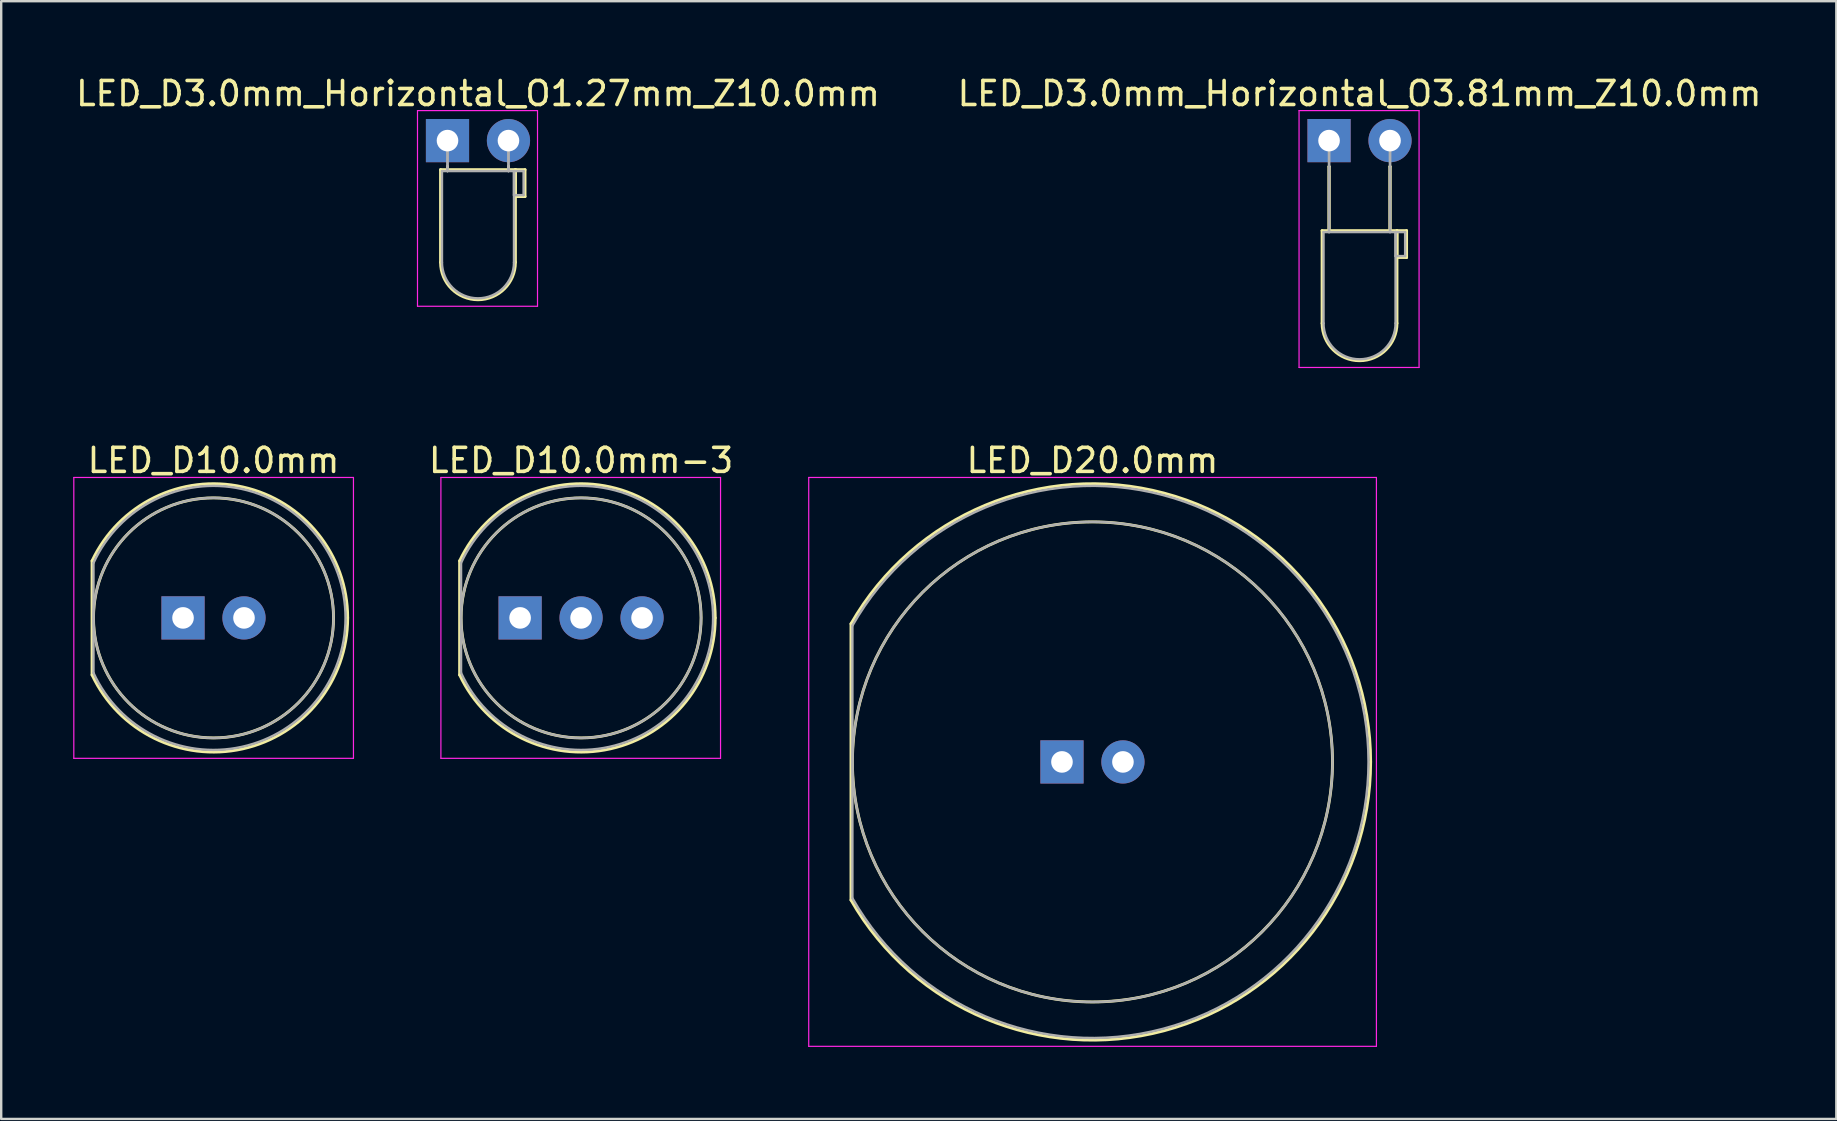
<source format=kicad_pcb>
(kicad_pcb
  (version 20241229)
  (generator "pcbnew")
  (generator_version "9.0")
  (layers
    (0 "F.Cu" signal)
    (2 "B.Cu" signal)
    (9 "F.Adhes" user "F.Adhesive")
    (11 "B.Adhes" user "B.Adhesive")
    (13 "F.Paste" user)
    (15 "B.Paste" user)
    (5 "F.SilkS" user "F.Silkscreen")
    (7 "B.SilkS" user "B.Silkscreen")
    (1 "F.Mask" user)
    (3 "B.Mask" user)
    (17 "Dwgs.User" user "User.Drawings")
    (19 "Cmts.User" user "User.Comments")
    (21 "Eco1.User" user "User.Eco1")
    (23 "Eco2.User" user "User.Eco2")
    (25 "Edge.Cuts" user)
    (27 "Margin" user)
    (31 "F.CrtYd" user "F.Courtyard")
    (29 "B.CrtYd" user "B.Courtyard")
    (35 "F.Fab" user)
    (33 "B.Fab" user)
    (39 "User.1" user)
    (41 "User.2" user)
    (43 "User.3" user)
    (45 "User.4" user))
  (footprint "LED_D10.0mm-3"
    (layer "F.Cu")
    (at 18.618 22.692)
    (property "Reference" "LED_D10.0mm-3" (at 2.54 -6.56 0) (layer "F.SilkS") (effects (font (size 1 1) (thickness 0.15))))
    (attr through_hole)
    (fp_line (start -2.52 -2.376) (end -2.52 2.376) (stroke (width 0.12) (type solid)) (layer "F.SilkS"))
    (fp_arc (start -2.52 -2.375816) (mid 3.754794 -5.456407) (end 8.129998 -0.004741) (stroke (width 0.12) (type solid)) (layer "F.SilkS"))
    (fp_arc (start 8.129998 0.004741) (mid 3.754794 5.456407) (end -2.52 2.375816) (stroke (width 0.12) (type solid)) (layer "F.SilkS"))
    (fp_circle (center 2.54 0) (end 7.54 0) (stroke (width 0.12) (type solid)) (fill no) (layer "F.SilkS"))
    (fp_line (start -3.3 -5.85) (end -3.3 5.85) (stroke (width 0.05) (type solid)) (layer "F.CrtYd"))
    (fp_line (start -3.3 5.85) (end 8.35 5.85) (stroke (width 0.05) (type solid)) (layer "F.CrtYd"))
    (fp_line (start 8.35 -5.85) (end -3.3 -5.85) (stroke (width 0.05) (type solid)) (layer "F.CrtYd"))
    (fp_line (start 8.35 5.85) (end 8.35 -5.85) (stroke (width 0.05) (type solid)) (layer "F.CrtYd"))
    (fp_line (start -2.46 -2.291) (end -2.46 2.291) (stroke (width 0.1) (type solid)) (layer "F.Fab"))
    (fp_arc (start -2.46 -2.291288) (mid 8.04 0.001918) (end -2.461597 2.2878) (stroke (width 0.1) (type solid)) (layer "F.Fab"))
    (fp_circle (center 2.54 0) (end 7.54 0) (stroke (width 0.1) (type solid)) (fill no) (layer "F.Fab"))
    (pad "1" thru_hole rect (at 0 0) (size 1.8 1.8) (drill 0.9) (layers "*.Cu" "*.Mask"))
    (pad "2" thru_hole circle (at 2.54 0) (size 1.8 1.8) (drill 0.9) (layers "*.Cu" "*.Mask"))
    (pad "3" thru_hole circle (at 5.08 0) (size 1.8 1.8) (drill 0.9) (layers "*.Cu" "*.Mask")))
  (footprint "LED_D3.0mm_Horizontal_O1.27mm_Z10.0mm"
    (layer "F.Cu")
    (at 15.593 2.808)
    (property "Reference" "LED_D3.0mm_Horizontal_O1.27mm_Z10.0mm" (at 1.27 -1.96 0) (layer "F.SilkS") (effects (font (size 1 1) (thickness 0.15))))
    (attr through_hole)
    (fp_line (start -0.29 1.21) (end -0.29 5.07) (stroke (width 0.12) (type solid)) (layer "F.SilkS"))
    (fp_line (start -0.29 1.21) (end 2.83 1.21) (stroke (width 0.12) (type solid)) (layer "F.SilkS"))
    (fp_line (start 0 1.08) (end 0 1.08) (stroke (width 0.12) (type solid)) (layer "F.SilkS"))
    (fp_line (start 0 1.08) (end 0 1.21) (stroke (width 0.12) (type solid)) (layer "F.SilkS"))
    (fp_line (start 0 1.21) (end 0 1.08) (stroke (width 0.12) (type solid)) (layer "F.SilkS"))
    (fp_line (start 0 1.21) (end 0 1.21) (stroke (width 0.12) (type solid)) (layer "F.SilkS"))
    (fp_line (start 2.54 1.08) (end 2.54 1.08) (stroke (width 0.12) (type solid)) (layer "F.SilkS"))
    (fp_line (start 2.54 1.08) (end 2.54 1.21) (stroke (width 0.12) (type solid)) (layer "F.SilkS"))
    (fp_line (start 2.54 1.21) (end 2.54 1.08) (stroke (width 0.12) (type solid)) (layer "F.SilkS"))
    (fp_line (start 2.54 1.21) (end 2.54 1.21) (stroke (width 0.12) (type solid)) (layer "F.SilkS"))
    (fp_line (start 2.83 1.21) (end 2.83 5.07) (stroke (width 0.12) (type solid)) (layer "F.SilkS"))
    (fp_line (start 2.83 1.21) (end 3.23 1.21) (stroke (width 0.12) (type solid)) (layer "F.SilkS"))
    (fp_line (start 2.83 2.33) (end 2.83 1.21) (stroke (width 0.12) (type solid)) (layer "F.SilkS"))
    (fp_line (start 3.23 1.21) (end 3.23 2.33) (stroke (width 0.12) (type solid)) (layer "F.SilkS"))
    (fp_line (start 3.23 2.33) (end 2.83 2.33) (stroke (width 0.12) (type solid)) (layer "F.SilkS"))
    (fp_arc (start 2.83 5.07) (mid 1.27 6.63) (end -0.29 5.07) (stroke (width 0.12) (type solid)) (layer "F.SilkS"))
    (fp_line (start -1.25 -1.25) (end -1.25 6.9) (stroke (width 0.05) (type solid)) (layer "F.CrtYd"))
    (fp_line (start -1.25 6.9) (end 3.75 6.9) (stroke (width 0.05) (type solid)) (layer "F.CrtYd"))
    (fp_line (start 3.75 -1.25) (end -1.25 -1.25) (stroke (width 0.05) (type solid)) (layer "F.CrtYd"))
    (fp_line (start 3.75 6.9) (end 3.75 -1.25) (stroke (width 0.05) (type solid)) (layer "F.CrtYd"))
    (fp_line (start -0.23 1.27) (end -0.23 5.07) (stroke (width 0.1) (type solid)) (layer "F.Fab"))
    (fp_line (start -0.23 1.27) (end 2.77 1.27) (stroke (width 0.1) (type solid)) (layer "F.Fab"))
    (fp_line (start 0 0) (end 0 0) (stroke (width 0.1) (type solid)) (layer "F.Fab"))
    (fp_line (start 0 0) (end 0 1.27) (stroke (width 0.1) (type solid)) (layer "F.Fab"))
    (fp_line (start 0 1.27) (end 0 0) (stroke (width 0.1) (type solid)) (layer "F.Fab"))
    (fp_line (start 0 1.27) (end 0 1.27) (stroke (width 0.1) (type solid)) (layer "F.Fab"))
    (fp_line (start 2.54 0) (end 2.54 0) (stroke (width 0.1) (type solid)) (layer "F.Fab"))
    (fp_line (start 2.54 0) (end 2.54 1.27) (stroke (width 0.1) (type solid)) (layer "F.Fab"))
    (fp_line (start 2.54 1.27) (end 2.54 0) (stroke (width 0.1) (type solid)) (layer "F.Fab"))
    (fp_line (start 2.54 1.27) (end 2.54 1.27) (stroke (width 0.1) (type solid)) (layer "F.Fab"))
    (fp_line (start 2.77 1.27) (end 2.77 5.07) (stroke (width 0.1) (type solid)) (layer "F.Fab"))
    (fp_line (start 2.77 1.27) (end 3.17 1.27) (stroke (width 0.1) (type solid)) (layer "F.Fab"))
    (fp_line (start 2.77 2.27) (end 2.77 1.27) (stroke (width 0.1) (type solid)) (layer "F.Fab"))
    (fp_line (start 3.17 1.27) (end 3.17 2.27) (stroke (width 0.1) (type solid)) (layer "F.Fab"))
    (fp_line (start 3.17 2.27) (end 2.77 2.27) (stroke (width 0.1) (type solid)) (layer "F.Fab"))
    (fp_arc (start 2.77 5.07) (mid 1.27 6.57) (end -0.23 5.07) (stroke (width 0.1) (type solid)) (layer "F.Fab"))
    (pad "1" thru_hole rect (at 0 0) (size 1.8 1.8) (drill 0.9) (layers "*.Cu" "*.Mask"))
    (pad "2" thru_hole circle (at 2.54 0) (size 1.8 1.8) (drill 0.9) (layers "*.Cu" "*.Mask")))
  (footprint "LED_D10.0mm"
    (layer "F.Cu")
    (at 4.575 22.692)
    (property "Reference" "LED_D10.0mm" (at 1.27 -6.56 0) (layer "F.SilkS") (effects (font (size 1 1) (thickness 0.15))))
    (attr through_hole)
    (fp_line (start -3.79 -2.376) (end -3.79 2.376) (stroke (width 0.12) (type solid)) (layer "F.SilkS"))
    (fp_arc (start -3.79 -2.375816) (mid 2.484794 -5.456407) (end 6.859998 -0.004741) (stroke (width 0.12) (type solid)) (layer "F.SilkS"))
    (fp_arc (start 6.859998 0.004741) (mid 2.484794 5.456407) (end -3.79 2.375816) (stroke (width 0.12) (type solid)) (layer "F.SilkS"))
    (fp_circle (center 1.27 0) (end 6.27 0) (stroke (width 0.12) (type solid)) (fill no) (layer "F.SilkS"))
    (fp_line (start -4.55 -5.85) (end -4.55 5.85) (stroke (width 0.05) (type solid)) (layer "F.CrtYd"))
    (fp_line (start -4.55 5.85) (end 7.1 5.85) (stroke (width 0.05) (type solid)) (layer "F.CrtYd"))
    (fp_line (start 7.1 -5.85) (end -4.55 -5.85) (stroke (width 0.05) (type solid)) (layer "F.CrtYd"))
    (fp_line (start 7.1 5.85) (end 7.1 -5.85) (stroke (width 0.05) (type solid)) (layer "F.CrtYd"))
    (fp_line (start -3.73 -2.291) (end -3.73 2.291) (stroke (width 0.1) (type solid)) (layer "F.Fab"))
    (fp_arc (start -3.73 -2.291288) (mid 6.77 0.001918) (end -3.731597 2.2878) (stroke (width 0.1) (type solid)) (layer "F.Fab"))
    (fp_circle (center 1.27 0) (end 6.27 0) (stroke (width 0.1) (type solid)) (fill no) (layer "F.Fab"))
    (pad "1" thru_hole rect (at 0 0) (size 1.8 1.8) (drill 0.9) (layers "*.Cu" "*.Mask"))
    (pad "2" thru_hole circle (at 2.54 0) (size 1.8 1.8) (drill 0.9) (layers "*.Cu" "*.Mask")))
  (footprint "LED_D3.0mm_Horizontal_O3.81mm_Z10.0mm"
    (layer "F.Cu")
    (at 52.319 2.808)
    (property "Reference" "LED_D3.0mm_Horizontal_O3.81mm_Z10.0mm" (at 1.27 -1.96 0) (layer "F.SilkS") (effects (font (size 1 1) (thickness 0.15))))
    (attr through_hole)
    (fp_line (start -0.29 3.75) (end -0.29 7.61) (stroke (width 0.12) (type solid)) (layer "F.SilkS"))
    (fp_line (start -0.29 3.75) (end 2.83 3.75) (stroke (width 0.12) (type solid)) (layer "F.SilkS"))
    (fp_line (start 0 1.08) (end 0 1.08) (stroke (width 0.12) (type solid)) (layer "F.SilkS"))
    (fp_line (start 0 1.08) (end 0 3.75) (stroke (width 0.12) (type solid)) (layer "F.SilkS"))
    (fp_line (start 0 3.75) (end 0 1.08) (stroke (width 0.12) (type solid)) (layer "F.SilkS"))
    (fp_line (start 0 3.75) (end 0 3.75) (stroke (width 0.12) (type solid)) (layer "F.SilkS"))
    (fp_line (start 2.54 1.08) (end 2.54 1.08) (stroke (width 0.12) (type solid)) (layer "F.SilkS"))
    (fp_line (start 2.54 1.08) (end 2.54 3.75) (stroke (width 0.12) (type solid)) (layer "F.SilkS"))
    (fp_line (start 2.54 3.75) (end 2.54 1.08) (stroke (width 0.12) (type solid)) (layer "F.SilkS"))
    (fp_line (start 2.54 3.75) (end 2.54 3.75) (stroke (width 0.12) (type solid)) (layer "F.SilkS"))
    (fp_line (start 2.83 3.75) (end 2.83 7.61) (stroke (width 0.12) (type solid)) (layer "F.SilkS"))
    (fp_line (start 2.83 3.75) (end 3.23 3.75) (stroke (width 0.12) (type solid)) (layer "F.SilkS"))
    (fp_line (start 2.83 4.87) (end 2.83 3.75) (stroke (width 0.12) (type solid)) (layer "F.SilkS"))
    (fp_line (start 3.23 3.75) (end 3.23 4.87) (stroke (width 0.12) (type solid)) (layer "F.SilkS"))
    (fp_line (start 3.23 4.87) (end 2.83 4.87) (stroke (width 0.12) (type solid)) (layer "F.SilkS"))
    (fp_arc (start 2.83 7.61) (mid 1.27 9.17) (end -0.29 7.61) (stroke (width 0.12) (type solid)) (layer "F.SilkS"))
    (fp_line (start -1.25 -1.25) (end -1.25 9.45) (stroke (width 0.05) (type solid)) (layer "F.CrtYd"))
    (fp_line (start -1.25 9.45) (end 3.75 9.45) (stroke (width 0.05) (type solid)) (layer "F.CrtYd"))
    (fp_line (start 3.75 -1.25) (end -1.25 -1.25) (stroke (width 0.05) (type solid)) (layer "F.CrtYd"))
    (fp_line (start 3.75 9.45) (end 3.75 -1.25) (stroke (width 0.05) (type solid)) (layer "F.CrtYd"))
    (fp_line (start -0.23 3.81) (end -0.23 7.61) (stroke (width 0.1) (type solid)) (layer "F.Fab"))
    (fp_line (start -0.23 3.81) (end 2.77 3.81) (stroke (width 0.1) (type solid)) (layer "F.Fab"))
    (fp_line (start 0 0) (end 0 0) (stroke (width 0.1) (type solid)) (layer "F.Fab"))
    (fp_line (start 0 0) (end 0 3.81) (stroke (width 0.1) (type solid)) (layer "F.Fab"))
    (fp_line (start 0 3.81) (end 0 0) (stroke (width 0.1) (type solid)) (layer "F.Fab"))
    (fp_line (start 0 3.81) (end 0 3.81) (stroke (width 0.1) (type solid)) (layer "F.Fab"))
    (fp_line (start 2.54 0) (end 2.54 0) (stroke (width 0.1) (type solid)) (layer "F.Fab"))
    (fp_line (start 2.54 0) (end 2.54 3.81) (stroke (width 0.1) (type solid)) (layer "F.Fab"))
    (fp_line (start 2.54 3.81) (end 2.54 0) (stroke (width 0.1) (type solid)) (layer "F.Fab"))
    (fp_line (start 2.54 3.81) (end 2.54 3.81) (stroke (width 0.1) (type solid)) (layer "F.Fab"))
    (fp_line (start 2.77 3.81) (end 2.77 7.61) (stroke (width 0.1) (type solid)) (layer "F.Fab"))
    (fp_line (start 2.77 3.81) (end 3.17 3.81) (stroke (width 0.1) (type solid)) (layer "F.Fab"))
    (fp_line (start 2.77 4.81) (end 2.77 3.81) (stroke (width 0.1) (type solid)) (layer "F.Fab"))
    (fp_line (start 3.17 3.81) (end 3.17 4.81) (stroke (width 0.1) (type solid)) (layer "F.Fab"))
    (fp_line (start 3.17 4.81) (end 2.77 4.81) (stroke (width 0.1) (type solid)) (layer "F.Fab"))
    (fp_arc (start 2.77 7.61) (mid 1.27 9.11) (end -0.23 7.61) (stroke (width 0.1) (type solid)) (layer "F.Fab"))
    (pad "1" thru_hole rect (at 0 0) (size 1.8 1.8) (drill 0.9) (layers "*.Cu" "*.Mask"))
    (pad "2" thru_hole circle (at 2.54 0) (size 1.8 1.8) (drill 0.9) (layers "*.Cu" "*.Mask")))
  (footprint "LED_D20.0mm"
    (layer "F.Cu")
    (at 41.192 28.692)
    (property "Reference" "LED_D20.0mm" (at 1.27 -12.56 0) (layer "F.SilkS") (effects (font (size 1 1) (thickness 0.15))))
    (attr through_hole)
    (fp_line (start -8.79 -5.756) (end -8.79 5.756) (stroke (width 0.12) (type solid)) (layer "F.SilkS"))
    (fp_arc (start -8.79 -5.755389) (mid 4.245115 -11.201643) (end 12.859999 -0.00523) (stroke (width 0.12) (type solid)) (layer "F.SilkS"))
    (fp_arc (start 12.859999 0.00523) (mid 4.245115 11.201643) (end -8.79 5.755389) (stroke (width 0.12) (type solid)) (layer "F.SilkS"))
    (fp_circle (center 1.27 0) (end 11.27 0) (stroke (width 0.12) (type solid)) (fill no) (layer "F.SilkS"))
    (fp_line (start -10.55 -11.85) (end -10.55 11.85) (stroke (width 0.05) (type solid)) (layer "F.CrtYd"))
    (fp_line (start -10.55 11.85) (end 13.1 11.85) (stroke (width 0.05) (type solid)) (layer "F.CrtYd"))
    (fp_line (start 13.1 -11.85) (end -10.55 -11.85) (stroke (width 0.05) (type solid)) (layer "F.CrtYd"))
    (fp_line (start 13.1 11.85) (end 13.1 -11.85) (stroke (width 0.05) (type solid)) (layer "F.CrtYd"))
    (fp_line (start -8.73 -5.679) (end -8.73 5.679) (stroke (width 0.1) (type solid)) (layer "F.Fab"))
    (fp_arc (start -8.73 -5.678908) (mid 12.77 -0.001637) (end -8.728383 5.681755) (stroke (width 0.1) (type solid)) (layer "F.Fab"))
    (fp_circle (center 1.27 0) (end 11.27 0) (stroke (width 0.1) (type solid)) (fill no) (layer "F.Fab"))
    (pad "1" thru_hole rect (at 0 0) (size 1.8 1.8) (drill 0.9) (layers "*.Cu" "*.Mask"))
    (pad "2" thru_hole circle (at 2.54 0) (size 1.8 1.8) (drill 0.9) (layers "*.Cu" "*.Mask")))
  (gr_rect
    (start -3 -3)
    (end 73.452 43.566)
    (stroke (width 0.1) (type default))
    (fill no)
    (layer "Edge.Cuts")))
</source>
